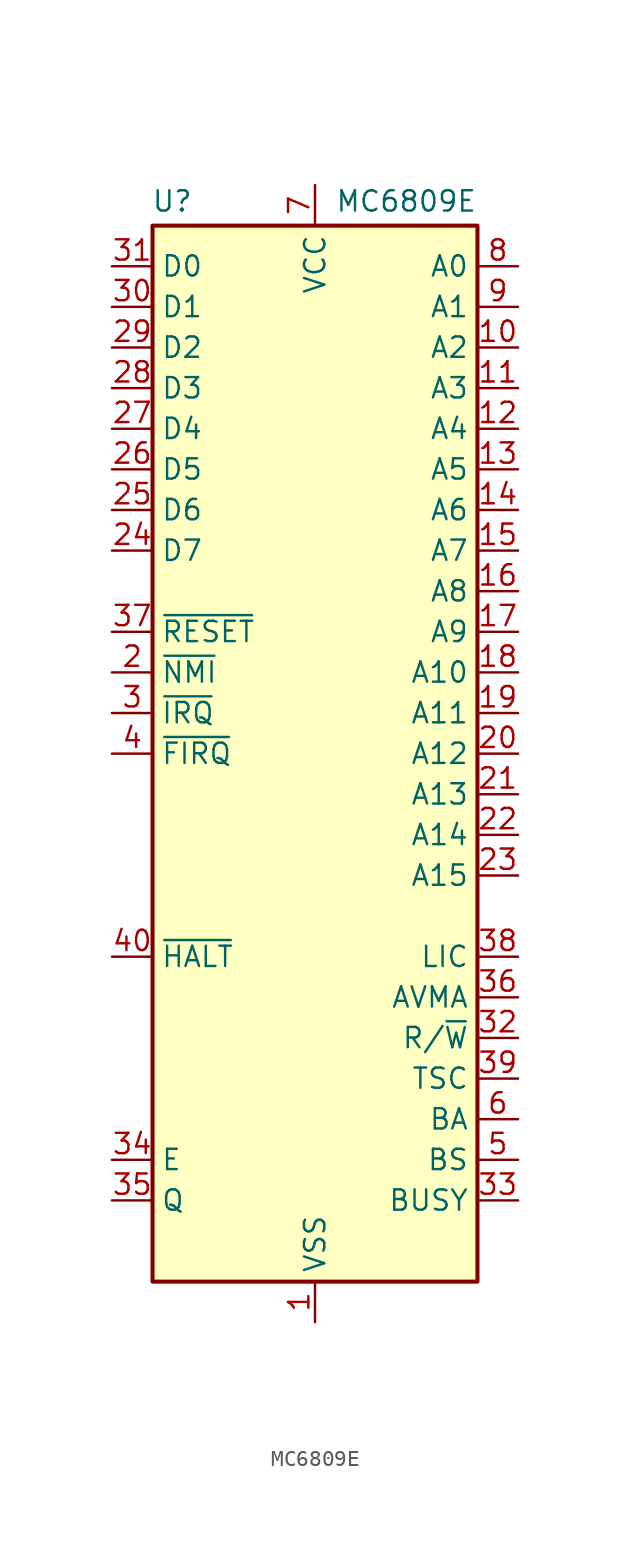
<source format=kicad_sym>
(kicad_symbol_lib
  (version 20241209)
  (generator "kicad_symbol_editor")
  (generator_version "9.0")
  (symbol "MC6809E"
    (property "Reference" "U"
      (at -7.62 34.544 0)
      (effects (font (size 1.27 1.27)) (justify right)))
    (property "Value" "MC6809E"
      (at 10.16 34.544 0)
      (effects (font (size 1.27 1.27)) (justify right)))
    (symbol "MC6809E_0_1"
      (rectangle (start -10.16 -33.02) (end 10.16 33.02) (stroke (width 0.254) (type default)) (fill (type background))))
    (symbol "MC6809E_1_1"
      (pin bidirectional line (at -12.7 30.48 0) (length 2.54) (name "D0" (effects (font (size 1.27 1.27)))) (number "31" (effects (font (size 1.27 1.27)))))
      (pin bidirectional line (at -12.7 27.94 0) (length 2.54) (name "D1" (effects (font (size 1.27 1.27)))) (number "30" (effects (font (size 1.27 1.27)))))
      (pin bidirectional line (at -12.7 25.4 0) (length 2.54) (name "D2" (effects (font (size 1.27 1.27)))) (number "29" (effects (font (size 1.27 1.27)))))
      (pin bidirectional line (at -12.7 22.86 0) (length 2.54) (name "D3" (effects (font (size 1.27 1.27)))) (number "28" (effects (font (size 1.27 1.27)))))
      (pin bidirectional line (at -12.7 20.32 0) (length 2.54) (name "D4" (effects (font (size 1.27 1.27)))) (number "27" (effects (font (size 1.27 1.27)))))
      (pin bidirectional line (at -12.7 17.78 0) (length 2.54) (name "D5" (effects (font (size 1.27 1.27)))) (number "26" (effects (font (size 1.27 1.27)))))
      (pin bidirectional line (at -12.7 15.24 0) (length 2.54) (name "D6" (effects (font (size 1.27 1.27)))) (number "25" (effects (font (size 1.27 1.27)))))
      (pin bidirectional line (at -12.7 12.7 0) (length 2.54) (name "D7" (effects (font (size 1.27 1.27)))) (number "24" (effects (font (size 1.27 1.27)))))
      (pin input line (at -12.7 7.62 0) (length 2.54) (name "~{RESET}" (effects (font (size 1.27 1.27)))) (number "37" (effects (font (size 1.27 1.27)))))
      (pin input line (at -12.7 5.08 0) (length 2.54) (name "~{NMI}" (effects (font (size 1.27 1.27)))) (number "2" (effects (font (size 1.27 1.27)))))
      (pin input line (at -12.7 2.54 0) (length 2.54) (name "~{IRQ}" (effects (font (size 1.27 1.27)))) (number "3" (effects (font (size 1.27 1.27)))))
      (pin input line (at -12.7 0 0) (length 2.54) (name "~{FIRQ}" (effects (font (size 1.27 1.27)))) (number "4" (effects (font (size 1.27 1.27)))))
      (pin input line (at -12.7 -12.7 0) (length 2.54) (name "~{HALT}" (effects (font (size 1.27 1.27)))) (number "40" (effects (font (size 1.27 1.27)))))
      (pin input line (at -12.7 -25.4 0) (length 2.54) (name "E" (effects (font (size 1.27 1.27)))) (number "34" (effects (font (size 1.27 1.27)))))
      (pin input line (at -12.7 -27.94 0) (length 2.54) (name "Q" (effects (font (size 1.27 1.27)))) (number "35" (effects (font (size 1.27 1.27)))))
      (pin power_in line (at 0 35.56 270) (length 2.54) (name "VCC" (effects (font (size 1.27 1.27)))) (number "7" (effects (font (size 1.27 1.27)))))
      (pin power_in line (at 0 -35.56 90) (length 2.54) (name "VSS" (effects (font (size 1.27 1.27)))) (number "1" (effects (font (size 1.27 1.27)))))
      (pin output line (at 12.7 30.48 180) (length 2.54) (name "A0" (effects (font (size 1.27 1.27)))) (number "8" (effects (font (size 1.27 1.27)))))
      (pin output line (at 12.7 27.94 180) (length 2.54) (name "A1" (effects (font (size 1.27 1.27)))) (number "9" (effects (font (size 1.27 1.27)))))
      (pin output line (at 12.7 25.4 180) (length 2.54) (name "A2" (effects (font (size 1.27 1.27)))) (number "10" (effects (font (size 1.27 1.27)))))
      (pin output line (at 12.7 22.86 180) (length 2.54) (name "A3" (effects (font (size 1.27 1.27)))) (number "11" (effects (font (size 1.27 1.27)))))
      (pin output line (at 12.7 20.32 180) (length 2.54) (name "A4" (effects (font (size 1.27 1.27)))) (number "12" (effects (font (size 1.27 1.27)))))
      (pin output line (at 12.7 17.78 180) (length 2.54) (name "A5" (effects (font (size 1.27 1.27)))) (number "13" (effects (font (size 1.27 1.27)))))
      (pin output line (at 12.7 15.24 180) (length 2.54) (name "A6" (effects (font (size 1.27 1.27)))) (number "14" (effects (font (size 1.27 1.27)))))
      (pin output line (at 12.7 12.7 180) (length 2.54) (name "A7" (effects (font (size 1.27 1.27)))) (number "15" (effects (font (size 1.27 1.27)))))
      (pin output line (at 12.7 10.16 180) (length 2.54) (name "A8" (effects (font (size 1.27 1.27)))) (number "16" (effects (font (size 1.27 1.27)))))
      (pin output line (at 12.7 7.62 180) (length 2.54) (name "A9" (effects (font (size 1.27 1.27)))) (number "17" (effects (font (size 1.27 1.27)))))
      (pin output line (at 12.7 5.08 180) (length 2.54) (name "A10" (effects (font (size 1.27 1.27)))) (number "18" (effects (font (size 1.27 1.27)))))
      (pin output line (at 12.7 2.54 180) (length 2.54) (name "A11" (effects (font (size 1.27 1.27)))) (number "19" (effects (font (size 1.27 1.27)))))
      (pin output line (at 12.7 0 180) (length 2.54) (name "A12" (effects (font (size 1.27 1.27)))) (number "20" (effects (font (size 1.27 1.27)))))
      (pin output line (at 12.7 -2.54 180) (length 2.54) (name "A13" (effects (font (size 1.27 1.27)))) (number "21" (effects (font (size 1.27 1.27)))))
      (pin output line (at 12.7 -5.08 180) (length 2.54) (name "A14" (effects (font (size 1.27 1.27)))) (number "22" (effects (font (size 1.27 1.27)))))
      (pin output line (at 12.7 -7.62 180) (length 2.54) (name "A15" (effects (font (size 1.27 1.27)))) (number "23" (effects (font (size 1.27 1.27)))))
      (pin output line (at 12.7 -12.7 180) (length 2.54) (name "LIC" (effects (font (size 1.27 1.27)))) (number "38" (effects (font (size 1.27 1.27)))))
      (pin output line (at 12.7 -15.24 180) (length 2.54) (name "AVMA" (effects (font (size 1.27 1.27)))) (number "36" (effects (font (size 1.27 1.27)))))
      (pin output line (at 12.7 -17.78 180) (length 2.54) (name "R/~{W}" (effects (font (size 1.27 1.27)))) (number "32" (effects (font (size 1.27 1.27)))))
      (pin input line (at 12.7 -20.32 180) (length 2.54) (name "TSC" (effects (font (size 1.27 1.27)))) (number "39" (effects (font (size 1.27 1.27)))))
      (pin output line (at 12.7 -22.86 180) (length 2.54) (name "BA" (effects (font (size 1.27 1.27)))) (number "6" (effects (font (size 1.27 1.27)))))
      (pin output line (at 12.7 -25.4 180) (length 2.54) (name "BS" (effects (font (size 1.27 1.27)))) (number "5" (effects (font (size 1.27 1.27)))))
      (pin output line (at 12.7 -27.94 180) (length 2.54) (name "BUSY" (effects (font (size 1.27 1.27)))) (number "33" (effects (font (size 1.27 1.27))))))))
</source>
